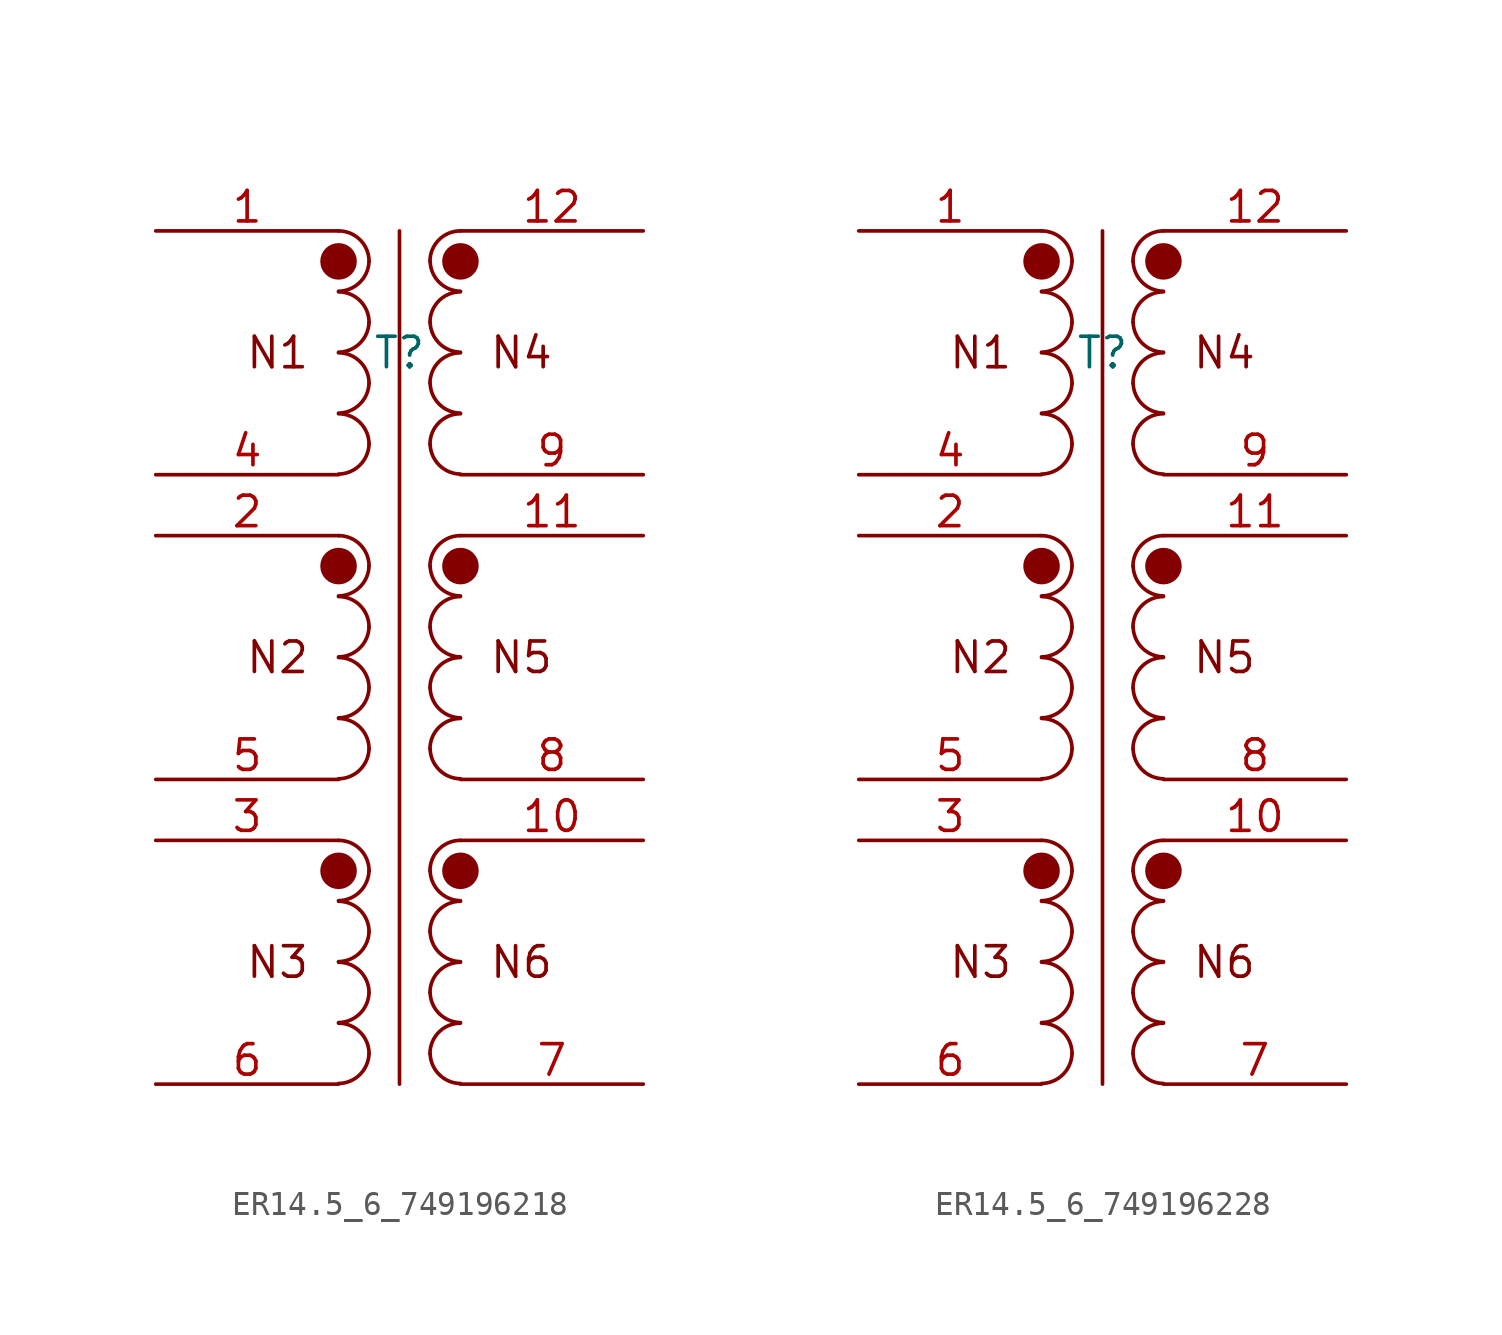
<source format=kicad_sym>
(kicad_symbol_lib
  (version 20220914)
  (generator kicad_symbol_editor)
  (symbol "ER14.5_6_749196218"
    (pin_names hide)
    (property "Reference" "T"
      (at 0 12.7 0)
      (effects (font (size 1.27 1.27))))
    (property "Critical Parameter" ""
      (at 0 -5.08 0)
      (effects (font (size 1.27 1.27)) (justify left)))
    (symbol "ER14.5_6_749196218_0_1"
      (arc (start -2.54 -17.7546) (mid -1.6561 -17.3863) (end -1.27 -16.51) (stroke (width 0) (type default)) (fill (type none)))
      (arc (start -2.54 -15.2146) (mid -1.6561 -14.8463) (end -1.27 -13.97) (stroke (width 0) (type default)) (fill (type none)))
      (arc (start -2.54 -12.6746) (mid -1.6561 -12.3063) (end -1.27 -11.43) (stroke (width 0) (type default)) (fill (type none)))
      (arc (start -2.54 -10.1346) (mid -1.6561 -9.7663) (end -1.27 -8.89) (stroke (width 0) (type default)) (fill (type none)))
      (arc (start -2.54 -5.0546) (mid -1.6561 -4.6863) (end -1.27 -3.81) (stroke (width 0) (type default)) (fill (type none)))
      (arc (start -2.54 -2.5146) (mid -1.6561 -2.1463) (end -1.27 -1.27) (stroke (width 0) (type default)) (fill (type none)))
      (arc (start -2.54 0.0254) (mid -1.6561 0.3937) (end -1.27 1.27) (stroke (width 0) (type default)) (fill (type none)))
      (arc (start -2.54 2.5654) (mid -1.6561 2.9337) (end -1.27 3.81) (stroke (width 0) (type default)) (fill (type none)))
      (arc (start -2.54 7.6454) (mid -1.6561 8.0137) (end -1.27 8.89) (stroke (width 0) (type default)) (fill (type none)))
      (arc (start -2.54 10.1854) (mid -1.6561 10.5537) (end -1.27 11.43) (stroke (width 0) (type default)) (fill (type none)))
      (arc (start -2.54 12.7254) (mid -1.6561 13.0937) (end -1.27 13.97) (stroke (width 0) (type default)) (fill (type none)))
      (arc (start -2.54 15.2654) (mid -1.6561 15.6337) (end -1.27 16.51) (stroke (width 0) (type default)) (fill (type none)))
      (arc (start -1.27 -16.51) (mid -1.642 -15.612) (end -2.54 -15.24) (stroke (width 0) (type default)) (fill (type none)))
      (arc (start -1.27 -13.97) (mid -1.642 -13.072) (end -2.54 -12.7) (stroke (width 0) (type default)) (fill (type none)))
      (arc (start -1.27 -11.43) (mid -1.642 -10.532) (end -2.54 -10.16) (stroke (width 0) (type default)) (fill (type none)))
      (arc (start -1.27 -8.89) (mid -1.642 -7.992) (end -2.54 -7.62) (stroke (width 0) (type default)) (fill (type none)))
      (arc (start -1.27 -3.81) (mid -1.642 -2.912) (end -2.54 -2.54) (stroke (width 0) (type default)) (fill (type none)))
      (arc (start -1.27 -1.27) (mid -1.642 -0.372) (end -2.54 0) (stroke (width 0) (type default)) (fill (type none)))
      (arc (start -1.27 1.27) (mid -1.642 2.168) (end -2.54 2.54) (stroke (width 0) (type default)) (fill (type none)))
      (arc (start -1.27 3.81) (mid -1.642 4.708) (end -2.54 5.08) (stroke (width 0) (type default)) (fill (type none)))
      (arc (start -1.27 8.89) (mid -1.642 9.788) (end -2.54 10.16) (stroke (width 0) (type default)) (fill (type none)))
      (arc (start -1.27 11.43) (mid -1.642 12.328) (end -2.54 12.7) (stroke (width 0) (type default)) (fill (type none)))
      (arc (start -1.27 13.97) (mid -1.642 14.868) (end -2.54 15.24) (stroke (width 0) (type default)) (fill (type none)))
      (arc (start -1.27 16.51) (mid -1.642 17.408) (end -2.54 17.78) (stroke (width 0) (type default)) (fill (type none)))
      (polyline (pts (xy 0 -17.78) (xy 0 17.78)) (stroke (width 0) (type default)) (fill (type none)))
      (arc (start 1.27 -16.51) (mid 1.6561 -17.3863) (end 2.54 -17.7546) (stroke (width 0) (type default)) (fill (type none)))
      (arc (start 1.27 -13.97) (mid 1.6561 -14.8463) (end 2.54 -15.2146) (stroke (width 0) (type default)) (fill (type none)))
      (arc (start 1.27 -11.43) (mid 1.6561 -12.3063) (end 2.54 -12.6746) (stroke (width 0) (type default)) (fill (type none)))
      (arc (start 1.27 -8.89) (mid 1.6561 -9.7663) (end 2.54 -10.1346) (stroke (width 0) (type default)) (fill (type none)))
      (arc (start 1.27 -3.81) (mid 1.6561 -4.6863) (end 2.54 -5.0546) (stroke (width 0) (type default)) (fill (type none)))
      (arc (start 1.27 -1.27) (mid 1.6561 -2.1463) (end 2.54 -2.5146) (stroke (width 0) (type default)) (fill (type none)))
      (arc (start 1.27 1.27) (mid 1.6561 0.3937) (end 2.54 0.0254) (stroke (width 0) (type default)) (fill (type none)))
      (arc (start 1.27 3.81) (mid 1.6561 2.9337) (end 2.54 2.5654) (stroke (width 0) (type default)) (fill (type none)))
      (arc (start 1.27 8.89) (mid 1.6561 8.0137) (end 2.54 7.6454) (stroke (width 0) (type default)) (fill (type none)))
      (arc (start 1.27 11.43) (mid 1.6561 10.5537) (end 2.54 10.1854) (stroke (width 0) (type default)) (fill (type none)))
      (arc (start 1.27 13.97) (mid 1.6561 13.0937) (end 2.54 12.7254) (stroke (width 0) (type default)) (fill (type none)))
      (arc (start 1.27 16.51) (mid 1.6561 15.6337) (end 2.54 15.2654) (stroke (width 0) (type default)) (fill (type none)))
      (arc (start 2.54 -15.24) (mid 1.642 -15.612) (end 1.27 -16.51) (stroke (width 0) (type default)) (fill (type none)))
      (arc (start 2.54 -12.7) (mid 1.642 -13.072) (end 1.27 -13.97) (stroke (width 0) (type default)) (fill (type none)))
      (arc (start 2.54 -10.16) (mid 1.642 -10.532) (end 1.27 -11.43) (stroke (width 0) (type default)) (fill (type none)))
      (arc (start 2.54 -7.62) (mid 1.642 -7.992) (end 1.27 -8.89) (stroke (width 0) (type default)) (fill (type none)))
      (arc (start 2.54 -2.54) (mid 1.642 -2.912) (end 1.27 -3.81) (stroke (width 0) (type default)) (fill (type none)))
      (arc (start 2.54 0) (mid 1.642 -0.372) (end 1.27 -1.27) (stroke (width 0) (type default)) (fill (type none)))
      (arc (start 2.54 2.54) (mid 1.642 2.168) (end 1.27 1.27) (stroke (width 0) (type default)) (fill (type none)))
      (arc (start 2.54 5.08) (mid 1.642 4.708) (end 1.27 3.81) (stroke (width 0) (type default)) (fill (type none)))
      (arc (start 2.54 10.16) (mid 1.642 9.788) (end 1.27 8.89) (stroke (width 0) (type default)) (fill (type none)))
      (arc (start 2.54 12.7) (mid 1.642 12.328) (end 1.27 11.43) (stroke (width 0) (type default)) (fill (type none)))
      (arc (start 2.54 15.24) (mid 1.642 14.868) (end 1.27 13.97) (stroke (width 0) (type default)) (fill (type none)))
      (arc (start 2.54 17.78) (mid 1.642 17.408) (end 1.27 16.51) (stroke (width 0) (type default)) (fill (type none))))
    (symbol "ER14.5_6_749196218_1_1"
      (circle (center -2.54 -8.89) (radius 0.0001) (stroke (width 0.762) (type default)) (fill (type none)))
      (circle (center -2.54 3.81) (radius 0.0001) (stroke (width 0.762) (type default)) (fill (type none)))
      (circle (center -2.54 16.51) (radius 0.0001) (stroke (width 0.762) (type default)) (fill (type none)))
      (circle (center 2.54 -8.89) (radius 0.0001) (stroke (width 0.762) (type default)) (fill (type none)))
      (circle (center 2.54 3.81) (radius 0.0001) (stroke (width 0.762) (type default)) (fill (type none)))
      (circle (center 2.54 16.51) (radius 0.0001) (stroke (width 0.762) (type default)) (fill (type none)))
      (text "N1" (at -5.08 12.7 0) (effects (font (size 1.27 1.27))))
      (text "N2" (at -5.08 0 0) (effects (font (size 1.27 1.27))))
      (text "N3" (at -5.08 -12.7 0) (effects (font (size 1.27 1.27))))
      (text "N4" (at 5.08 12.7 0) (effects (font (size 1.27 1.27))))
      (text "N5" (at 5.08 0 0) (effects (font (size 1.27 1.27))))
      (text "N6" (at 5.08 -12.7 0) (effects (font (size 1.27 1.27))))
      (pin passive line (at -10.16 17.78 0) (length 7.62) (name "1" (effects (font (size 1.27 1.27)))) (number "1" (effects (font (size 1.27 1.27)))))
      (pin passive line (at -10.16 7.62 0) (length 7.62) (name "4" (effects (font (size 1.27 1.27)))) (number "4" (effects (font (size 1.27 1.27)))))
      (pin passive line (at -10.16 5.08 0) (length 7.62) (name "2" (effects (font (size 1.27 1.27)))) (number "2" (effects (font (size 1.27 1.27)))))
      (pin passive line (at -10.16 -5.08 0) (length 7.62) (name "5" (effects (font (size 1.27 1.27)))) (number "5" (effects (font (size 1.27 1.27)))))
      (pin passive line (at -10.16 -7.62 0) (length 7.62) (name "3" (effects (font (size 1.27 1.27)))) (number "3" (effects (font (size 1.27 1.27)))))
      (pin passive line (at -10.16 -17.78 0) (length 7.62) (name "6" (effects (font (size 1.27 1.27)))) (number "6" (effects (font (size 1.27 1.27)))))
      (pin passive line (at 10.16 -17.78 180) (length 7.62) (name "7" (effects (font (size 1.27 1.27)))) (number "7" (effects (font (size 1.27 1.27)))))
      (pin passive line (at 10.16 -7.62 180) (length 7.62) (name "10" (effects (font (size 1.27 1.27)))) (number "10" (effects (font (size 1.27 1.27)))))
      (pin passive line (at 10.16 -5.08 180) (length 7.62) (name "8" (effects (font (size 1.27 1.27)))) (number "8" (effects (font (size 1.27 1.27)))))
      (pin passive line (at 10.16 5.08 180) (length 7.62) (name "11" (effects (font (size 1.27 1.27)))) (number "11" (effects (font (size 1.27 1.27)))))
      (pin passive line (at 10.16 7.62 180) (length 7.62) (name "9" (effects (font (size 1.27 1.27)))) (number "9" (effects (font (size 1.27 1.27)))))
      (pin passive line (at 10.16 17.78 180) (length 7.62) (name "12" (effects (font (size 1.27 1.27)))) (number "12" (effects (font (size 1.27 1.27)))))))
  (symbol "ER14.5_6_749196228"
    (pin_names hide)
    (property "Reference" "T"
      (at 0 12.7 0)
      (effects (font (size 1.27 1.27))))
    (property "Critical Parameter" ""
      (at 0 -5.08 0)
      (effects (font (size 1.27 1.27)) (justify left)))
    (symbol "ER14.5_6_749196228_0_1"
      (arc (start -2.54 -17.7546) (mid -1.6561 -17.3863) (end -1.27 -16.51) (stroke (width 0) (type default)) (fill (type none)))
      (arc (start -2.54 -15.2146) (mid -1.6561 -14.8463) (end -1.27 -13.97) (stroke (width 0) (type default)) (fill (type none)))
      (arc (start -2.54 -12.6746) (mid -1.6561 -12.3063) (end -1.27 -11.43) (stroke (width 0) (type default)) (fill (type none)))
      (arc (start -2.54 -10.1346) (mid -1.6561 -9.7663) (end -1.27 -8.89) (stroke (width 0) (type default)) (fill (type none)))
      (arc (start -2.54 -5.0546) (mid -1.6561 -4.6863) (end -1.27 -3.81) (stroke (width 0) (type default)) (fill (type none)))
      (arc (start -2.54 -2.5146) (mid -1.6561 -2.1463) (end -1.27 -1.27) (stroke (width 0) (type default)) (fill (type none)))
      (arc (start -2.54 0.0254) (mid -1.6561 0.3937) (end -1.27 1.27) (stroke (width 0) (type default)) (fill (type none)))
      (arc (start -2.54 2.5654) (mid -1.6561 2.9337) (end -1.27 3.81) (stroke (width 0) (type default)) (fill (type none)))
      (arc (start -2.54 7.6454) (mid -1.6561 8.0137) (end -1.27 8.89) (stroke (width 0) (type default)) (fill (type none)))
      (arc (start -2.54 10.1854) (mid -1.6561 10.5537) (end -1.27 11.43) (stroke (width 0) (type default)) (fill (type none)))
      (arc (start -2.54 12.7254) (mid -1.6561 13.0937) (end -1.27 13.97) (stroke (width 0) (type default)) (fill (type none)))
      (arc (start -2.54 15.2654) (mid -1.6561 15.6337) (end -1.27 16.51) (stroke (width 0) (type default)) (fill (type none)))
      (arc (start -1.27 -16.51) (mid -1.642 -15.612) (end -2.54 -15.24) (stroke (width 0) (type default)) (fill (type none)))
      (arc (start -1.27 -13.97) (mid -1.642 -13.072) (end -2.54 -12.7) (stroke (width 0) (type default)) (fill (type none)))
      (arc (start -1.27 -11.43) (mid -1.642 -10.532) (end -2.54 -10.16) (stroke (width 0) (type default)) (fill (type none)))
      (arc (start -1.27 -8.89) (mid -1.642 -7.992) (end -2.54 -7.62) (stroke (width 0) (type default)) (fill (type none)))
      (arc (start -1.27 -3.81) (mid -1.642 -2.912) (end -2.54 -2.54) (stroke (width 0) (type default)) (fill (type none)))
      (arc (start -1.27 -1.27) (mid -1.642 -0.372) (end -2.54 0) (stroke (width 0) (type default)) (fill (type none)))
      (arc (start -1.27 1.27) (mid -1.642 2.168) (end -2.54 2.54) (stroke (width 0) (type default)) (fill (type none)))
      (arc (start -1.27 3.81) (mid -1.642 4.708) (end -2.54 5.08) (stroke (width 0) (type default)) (fill (type none)))
      (arc (start -1.27 8.89) (mid -1.642 9.788) (end -2.54 10.16) (stroke (width 0) (type default)) (fill (type none)))
      (arc (start -1.27 11.43) (mid -1.642 12.328) (end -2.54 12.7) (stroke (width 0) (type default)) (fill (type none)))
      (arc (start -1.27 13.97) (mid -1.642 14.868) (end -2.54 15.24) (stroke (width 0) (type default)) (fill (type none)))
      (arc (start -1.27 16.51) (mid -1.642 17.408) (end -2.54 17.78) (stroke (width 0) (type default)) (fill (type none)))
      (polyline (pts (xy 0 -17.78) (xy 0 17.78)) (stroke (width 0) (type default)) (fill (type none)))
      (arc (start 1.27 -16.51) (mid 1.6561 -17.3863) (end 2.54 -17.7546) (stroke (width 0) (type default)) (fill (type none)))
      (arc (start 1.27 -13.97) (mid 1.6561 -14.8463) (end 2.54 -15.2146) (stroke (width 0) (type default)) (fill (type none)))
      (arc (start 1.27 -11.43) (mid 1.6561 -12.3063) (end 2.54 -12.6746) (stroke (width 0) (type default)) (fill (type none)))
      (arc (start 1.27 -8.89) (mid 1.6561 -9.7663) (end 2.54 -10.1346) (stroke (width 0) (type default)) (fill (type none)))
      (arc (start 1.27 -3.81) (mid 1.6561 -4.6863) (end 2.54 -5.0546) (stroke (width 0) (type default)) (fill (type none)))
      (arc (start 1.27 -1.27) (mid 1.6561 -2.1463) (end 2.54 -2.5146) (stroke (width 0) (type default)) (fill (type none)))
      (arc (start 1.27 1.27) (mid 1.6561 0.3937) (end 2.54 0.0254) (stroke (width 0) (type default)) (fill (type none)))
      (arc (start 1.27 3.81) (mid 1.6561 2.9337) (end 2.54 2.5654) (stroke (width 0) (type default)) (fill (type none)))
      (arc (start 1.27 8.89) (mid 1.6561 8.0137) (end 2.54 7.6454) (stroke (width 0) (type default)) (fill (type none)))
      (arc (start 1.27 11.43) (mid 1.6561 10.5537) (end 2.54 10.1854) (stroke (width 0) (type default)) (fill (type none)))
      (arc (start 1.27 13.97) (mid 1.6561 13.0937) (end 2.54 12.7254) (stroke (width 0) (type default)) (fill (type none)))
      (arc (start 1.27 16.51) (mid 1.6561 15.6337) (end 2.54 15.2654) (stroke (width 0) (type default)) (fill (type none)))
      (arc (start 2.54 -15.24) (mid 1.642 -15.612) (end 1.27 -16.51) (stroke (width 0) (type default)) (fill (type none)))
      (arc (start 2.54 -12.7) (mid 1.642 -13.072) (end 1.27 -13.97) (stroke (width 0) (type default)) (fill (type none)))
      (arc (start 2.54 -10.16) (mid 1.642 -10.532) (end 1.27 -11.43) (stroke (width 0) (type default)) (fill (type none)))
      (arc (start 2.54 -7.62) (mid 1.642 -7.992) (end 1.27 -8.89) (stroke (width 0) (type default)) (fill (type none)))
      (arc (start 2.54 -2.54) (mid 1.642 -2.912) (end 1.27 -3.81) (stroke (width 0) (type default)) (fill (type none)))
      (arc (start 2.54 0) (mid 1.642 -0.372) (end 1.27 -1.27) (stroke (width 0) (type default)) (fill (type none)))
      (arc (start 2.54 2.54) (mid 1.642 2.168) (end 1.27 1.27) (stroke (width 0) (type default)) (fill (type none)))
      (arc (start 2.54 5.08) (mid 1.642 4.708) (end 1.27 3.81) (stroke (width 0) (type default)) (fill (type none)))
      (arc (start 2.54 10.16) (mid 1.642 9.788) (end 1.27 8.89) (stroke (width 0) (type default)) (fill (type none)))
      (arc (start 2.54 12.7) (mid 1.642 12.328) (end 1.27 11.43) (stroke (width 0) (type default)) (fill (type none)))
      (arc (start 2.54 15.24) (mid 1.642 14.868) (end 1.27 13.97) (stroke (width 0) (type default)) (fill (type none)))
      (arc (start 2.54 17.78) (mid 1.642 17.408) (end 1.27 16.51) (stroke (width 0) (type default)) (fill (type none))))
    (symbol "ER14.5_6_749196228_1_1"
      (circle (center -2.54 -8.89) (radius 0.0001) (stroke (width 0.762) (type default)) (fill (type none)))
      (circle (center -2.54 3.81) (radius 0.0001) (stroke (width 0.762) (type default)) (fill (type none)))
      (circle (center -2.54 16.51) (radius 0.0001) (stroke (width 0.762) (type default)) (fill (type none)))
      (circle (center 2.54 -8.89) (radius 0.0001) (stroke (width 0.762) (type default)) (fill (type none)))
      (circle (center 2.54 3.81) (radius 0.0001) (stroke (width 0.762) (type default)) (fill (type none)))
      (circle (center 2.54 16.51) (radius 0.0001) (stroke (width 0.762) (type default)) (fill (type none)))
      (text "N1" (at -5.08 12.7 0) (effects (font (size 1.27 1.27))))
      (text "N2" (at -5.08 0 0) (effects (font (size 1.27 1.27))))
      (text "N3" (at -5.08 -12.7 0) (effects (font (size 1.27 1.27))))
      (text "N4" (at 5.08 12.7 0) (effects (font (size 1.27 1.27))))
      (text "N5" (at 5.08 0 0) (effects (font (size 1.27 1.27))))
      (text "N6" (at 5.08 -12.7 0) (effects (font (size 1.27 1.27))))
      (pin passive line (at -10.16 17.78 0) (length 7.62) (name "1" (effects (font (size 1.27 1.27)))) (number "1" (effects (font (size 1.27 1.27)))))
      (pin passive line (at -10.16 7.62 0) (length 7.62) (name "4" (effects (font (size 1.27 1.27)))) (number "4" (effects (font (size 1.27 1.27)))))
      (pin passive line (at -10.16 5.08 0) (length 7.62) (name "2" (effects (font (size 1.27 1.27)))) (number "2" (effects (font (size 1.27 1.27)))))
      (pin passive line (at -10.16 -5.08 0) (length 7.62) (name "5" (effects (font (size 1.27 1.27)))) (number "5" (effects (font (size 1.27 1.27)))))
      (pin passive line (at -10.16 -7.62 0) (length 7.62) (name "3" (effects (font (size 1.27 1.27)))) (number "3" (effects (font (size 1.27 1.27)))))
      (pin passive line (at -10.16 -17.78 0) (length 7.62) (name "6" (effects (font (size 1.27 1.27)))) (number "6" (effects (font (size 1.27 1.27)))))
      (pin passive line (at 10.16 -17.78 180) (length 7.62) (name "7" (effects (font (size 1.27 1.27)))) (number "7" (effects (font (size 1.27 1.27)))))
      (pin passive line (at 10.16 -7.62 180) (length 7.62) (name "10" (effects (font (size 1.27 1.27)))) (number "10" (effects (font (size 1.27 1.27)))))
      (pin passive line (at 10.16 -5.08 180) (length 7.62) (name "8" (effects (font (size 1.27 1.27)))) (number "8" (effects (font (size 1.27 1.27)))))
      (pin passive line (at 10.16 5.08 180) (length 7.62) (name "11" (effects (font (size 1.27 1.27)))) (number "11" (effects (font (size 1.27 1.27)))))
      (pin passive line (at 10.16 7.62 180) (length 7.62) (name "9" (effects (font (size 1.27 1.27)))) (number "9" (effects (font (size 1.27 1.27)))))
      (pin passive line (at 10.16 17.78 180) (length 7.62) (name "12" (effects (font (size 1.27 1.27)))) (number "12" (effects (font (size 1.27 1.27))))))))
</source>
